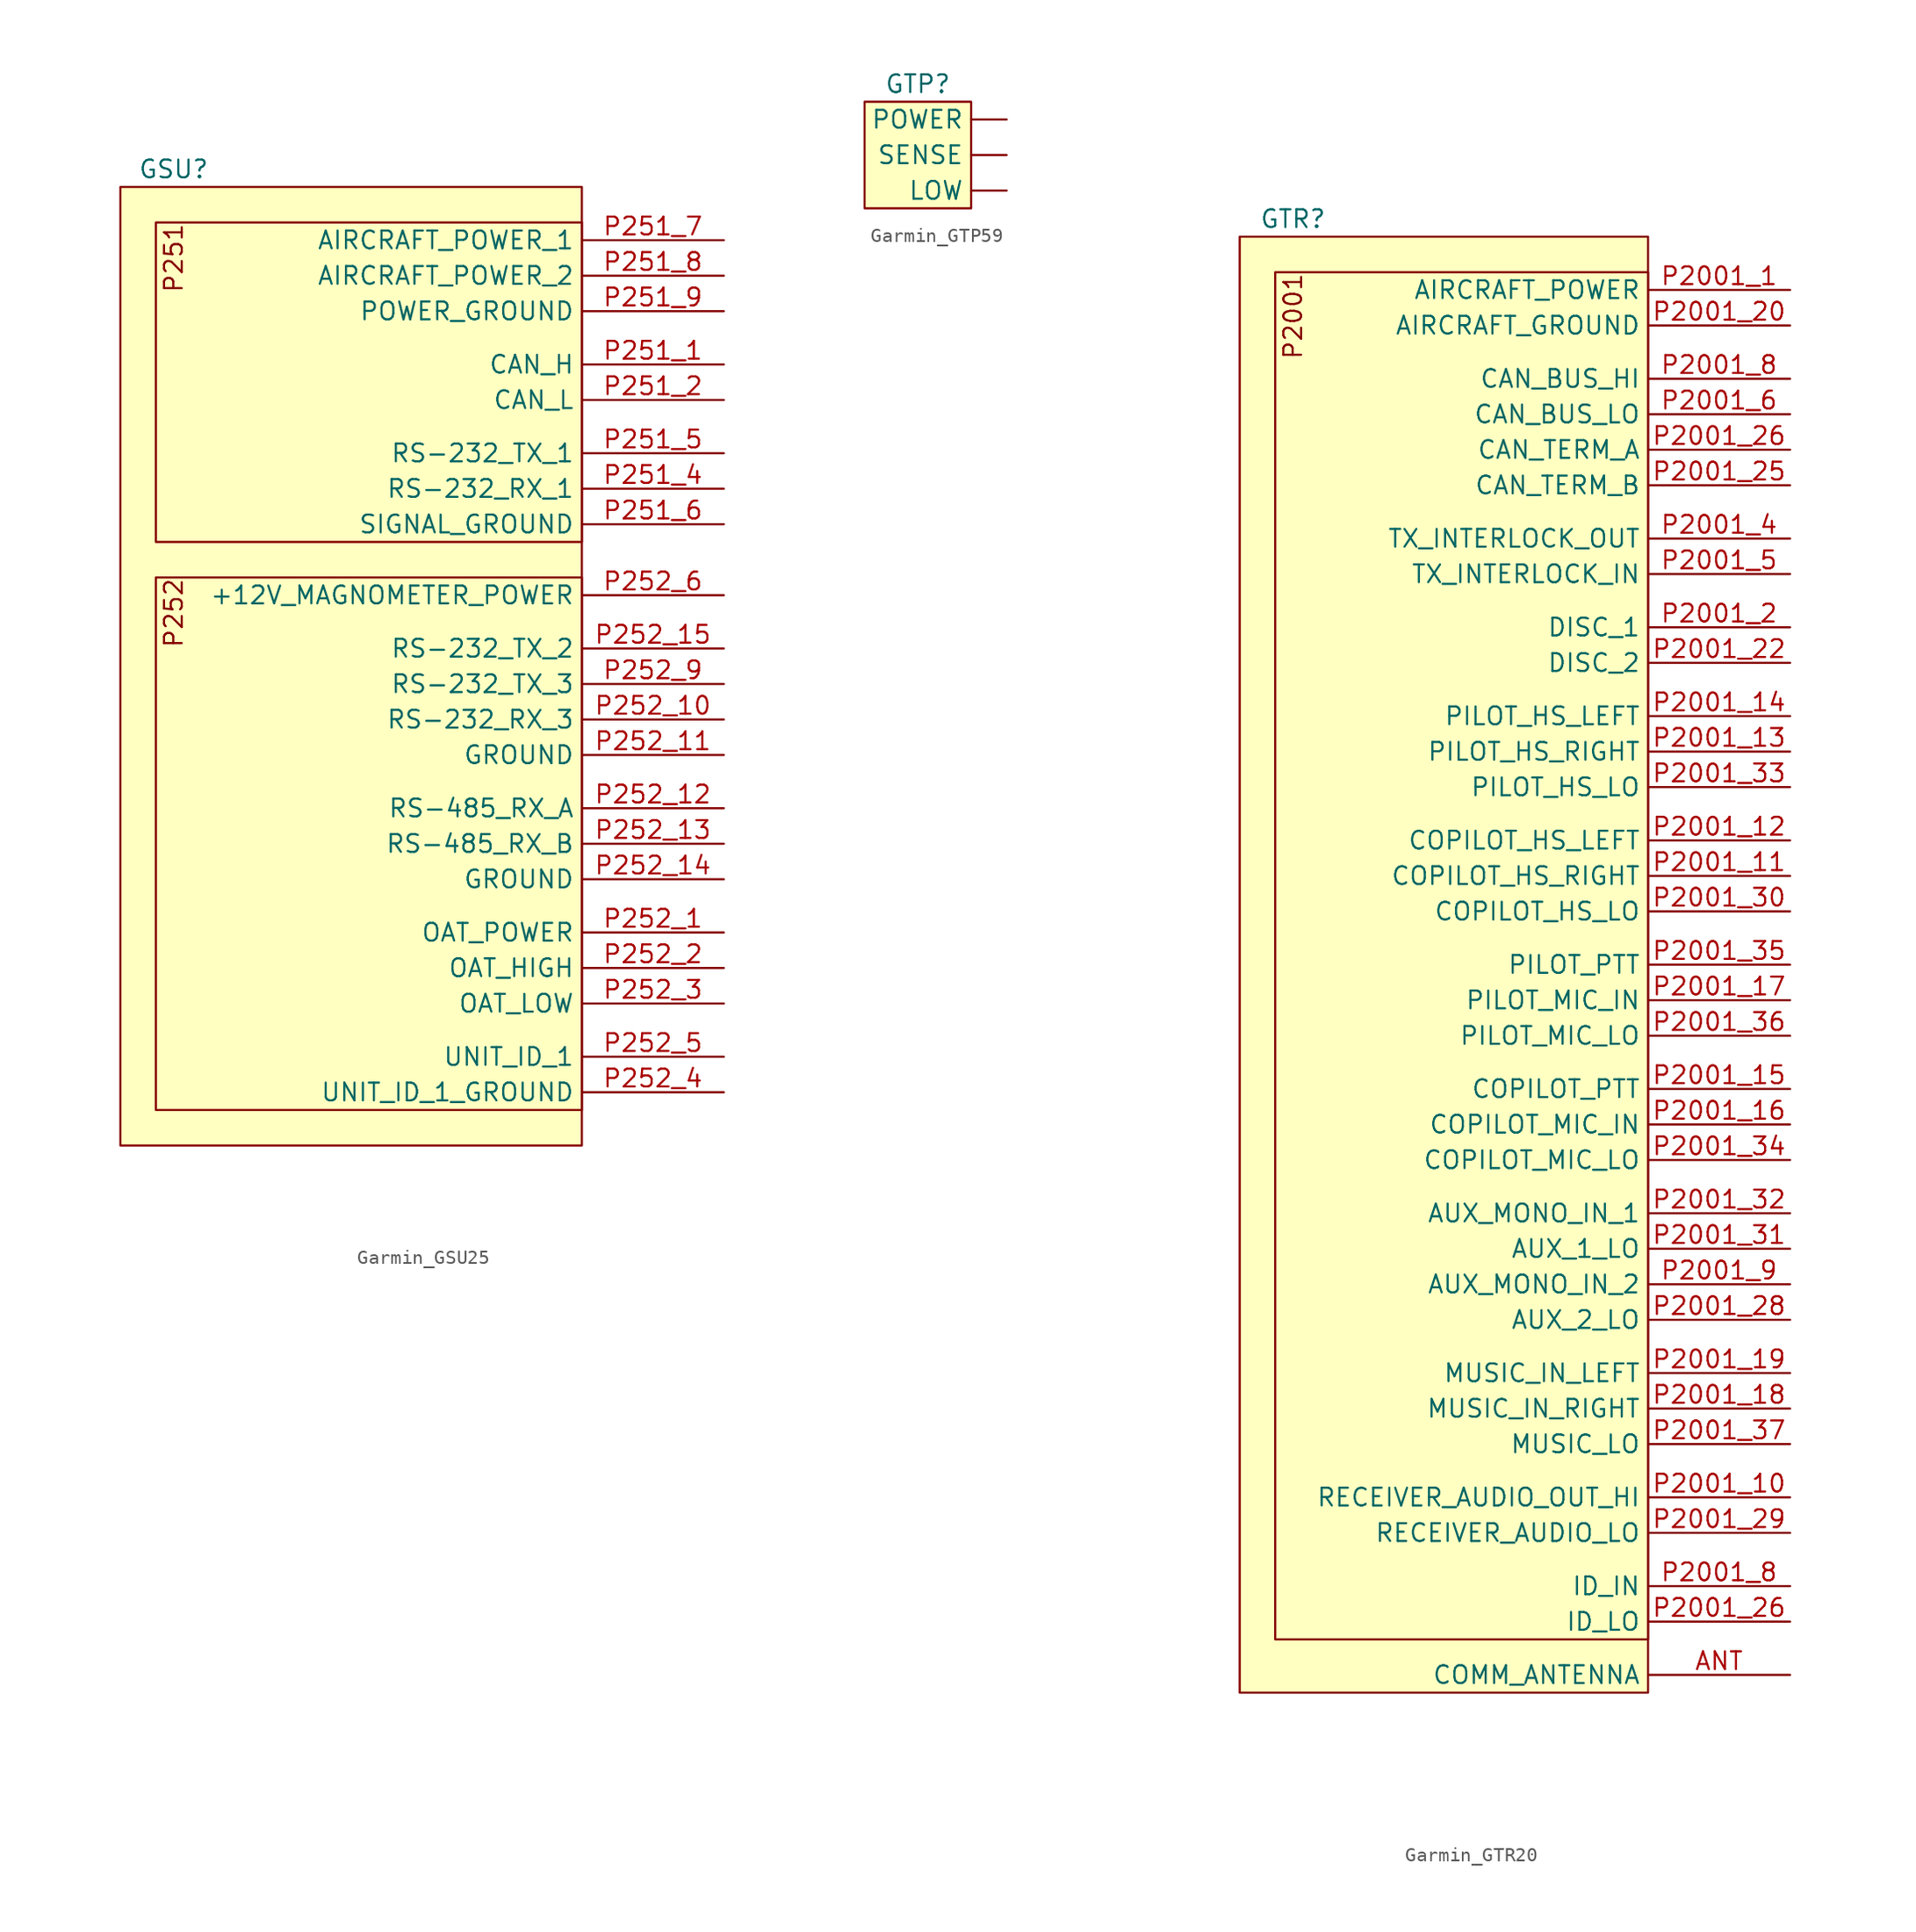
<source format=kicad_sym>
(kicad_symbol_lib
  (version 20220914)
  (generator kicad_symbol_editor)
  (symbol "Garmin_GSU25"
    (property "Reference" "GSU"
      (at 3.81 1.27 0)
      (effects (font (size 1.27 1.27))))
    (property "Value" ""
      (at 0 0 0)
      (effects (font (size 1.27 1.27))))
    (symbol "Garmin_GSU25_1_1"
      (rectangle (start 0 0) (end 33.02 -68.58) (stroke (width 0) (type default)) (fill (type background)))
      (rectangle (start 2.54 -27.94) (end 33.02 -66.04) (stroke (width 0) (type default)) (fill (type background)))
      (rectangle (start 2.54 -2.54) (end 33.02 -25.4) (stroke (width 0) (type default)) (fill (type background)))
      (text "P251" (at 3.81 -2.54 900) (effects (font (size 1.27 1.27)) (justify right)))
      (text "P252" (at 3.81 -27.94 900) (effects (font (size 1.27 1.27)) (justify right)))
      (pin bidirectional line (at 43.18 -12.7 180) (length 10.16) (name "CAN_H" (effects (font (size 1.27 1.27)))) (number "P251_1" (effects (font (size 1.27 1.27)))))
      (pin bidirectional line (at 43.18 -15.24 180) (length 10.16) (name "CAN_L" (effects (font (size 1.27 1.27)))) (number "P251_2" (effects (font (size 1.27 1.27)))))
      (pin input line (at 43.18 -21.59 180) (length 10.16) (name "RS-232_RX_1" (effects (font (size 1.27 1.27)))) (number "P251_4" (effects (font (size 1.27 1.27)))))
      (pin output line (at 43.18 -19.05 180) (length 10.16) (name "RS-232_TX_1" (effects (font (size 1.27 1.27)))) (number "P251_5" (effects (font (size 1.27 1.27)))))
      (pin bidirectional line (at 43.18 -24.13 180) (length 10.16) (name "SIGNAL_GROUND" (effects (font (size 1.27 1.27)))) (number "P251_6" (effects (font (size 1.27 1.27)))))
      (pin power_in line (at 43.18 -3.81 180) (length 10.16) (name "AIRCRAFT_POWER_1" (effects (font (size 1.27 1.27)))) (number "P251_7" (effects (font (size 1.27 1.27)))))
      (pin power_in line (at 43.18 -6.35 180) (length 10.16) (name "AIRCRAFT_POWER_2" (effects (font (size 1.27 1.27)))) (number "P251_8" (effects (font (size 1.27 1.27)))))
      (pin bidirectional line (at 43.18 -8.89 180) (length 10.16) (name "POWER_GROUND" (effects (font (size 1.27 1.27)))) (number "P251_9" (effects (font (size 1.27 1.27)))))
      (pin power_out line (at 43.18 -53.34 180) (length 10.16) (name "OAT_POWER" (effects (font (size 1.27 1.27)))) (number "P252_1" (effects (font (size 1.27 1.27)))))
      (pin input line (at 43.18 -38.1 180) (length 10.16) (name "RS-232_RX_3" (effects (font (size 1.27 1.27)))) (number "P252_10" (effects (font (size 1.27 1.27)))))
      (pin bidirectional line (at 43.18 -40.64 180) (length 10.16) (name "GROUND" (effects (font (size 1.27 1.27)))) (number "P252_11" (effects (font (size 1.27 1.27)))))
      (pin input line (at 43.18 -44.45 180) (length 10.16) (name "RS-485_RX_A" (effects (font (size 1.27 1.27)))) (number "P252_12" (effects (font (size 1.27 1.27)))))
      (pin input line (at 43.18 -46.99 180) (length 10.16) (name "RS-485_RX_B" (effects (font (size 1.27 1.27)))) (number "P252_13" (effects (font (size 1.27 1.27)))))
      (pin bidirectional line (at 43.18 -49.53 180) (length 10.16) (name "GROUND" (effects (font (size 1.27 1.27)))) (number "P252_14" (effects (font (size 1.27 1.27)))))
      (pin output line (at 43.18 -33.02 180) (length 10.16) (name "RS-232_TX_2" (effects (font (size 1.27 1.27)))) (number "P252_15" (effects (font (size 1.27 1.27)))))
      (pin input line (at 43.18 -55.88 180) (length 10.16) (name "OAT_HIGH" (effects (font (size 1.27 1.27)))) (number "P252_2" (effects (font (size 1.27 1.27)))))
      (pin bidirectional line (at 43.18 -58.42 180) (length 10.16) (name "OAT_LOW" (effects (font (size 1.27 1.27)))) (number "P252_3" (effects (font (size 1.27 1.27)))))
      (pin bidirectional line (at 43.18 -64.77 180) (length 10.16) (name "UNIT_ID_1_GROUND" (effects (font (size 1.27 1.27)))) (number "P252_4" (effects (font (size 1.27 1.27)))))
      (pin bidirectional line (at 43.18 -62.23 180) (length 10.16) (name "UNIT_ID_1" (effects (font (size 1.27 1.27)))) (number "P252_5" (effects (font (size 1.27 1.27)))))
      (pin power_out line (at 43.18 -29.21 180) (length 10.16) (name "+12V_MAGNOMETER_POWER" (effects (font (size 1.27 1.27)))) (number "P252_6" (effects (font (size 1.27 1.27)))))
      (pin output line (at 43.18 -35.56 180) (length 10.16) (name "RS-232_TX_3" (effects (font (size 1.27 1.27)))) (number "P252_9" (effects (font (size 1.27 1.27)))))))
  (symbol "Garmin_GTP59"
    (property "Reference" "GTP"
      (at 3.81 1.27 0)
      (effects (font (size 1.27 1.27))))
    (property "Value" ""
      (at 0 0 0)
      (effects (font (size 1.27 1.27))))
    (symbol "Garmin_GTP59_1_1"
      (rectangle (start 0 0) (end 7.62 -7.62) (stroke (width 0) (type default)) (fill (type background)))
      (pin passive line (at 10.16 -6.35 180) (length 2.54) (name "LOW" (effects (font (size 1.27 1.27)))) (number "" (effects (font (size 1.27 1.27)))))
      (pin power_in line (at 10.16 -1.27 180) (length 2.54) (name "POWER" (effects (font (size 1.27 1.27)))) (number "" (effects (font (size 1.27 1.27)))))
      (pin output line (at 10.16 -3.81 180) (length 2.54) (name "SENSE" (effects (font (size 1.27 1.27)))) (number "" (effects (font (size 1.27 1.27)))))))
  (symbol "Garmin_GTR20"
    (property "Reference" "GTR"
      (at 3.81 1.27 0)
      (effects (font (size 1.27 1.27))))
    (property "Value" ""
      (at -6.35 0 0)
      (effects (font (size 1.27 1.27))))
    (symbol "Garmin_GTR20_1_1"
      (rectangle (start 0 0) (end 29.21 -104.14) (stroke (width 0) (type default)) (fill (type background)))
      (rectangle (start 2.54 -2.54) (end 29.21 -100.33) (stroke (width 0) (type default)) (fill (type background)))
      (text "P2001" (at 3.81 -2.54 900) (effects (font (size 1.27 1.27)) (justify right)))
      (pin input line (at 39.37 -102.87 180) (length 10.16) (name "COMM_ANTENNA" (effects (font (size 1.27 1.27)))) (number "ANT" (effects (font (size 1.27 1.27)))))
      (pin power_in line (at 39.37 -3.81 180) (length 10.16) (name "AIRCRAFT_POWER" (effects (font (size 1.27 1.27)))) (number "P2001_1" (effects (font (size 1.27 1.27)))))
      (pin output line (at 39.37 -90.17 180) (length 10.16) (name "RECEIVER_AUDIO_OUT_HI" (effects (font (size 1.27 1.27)))) (number "P2001_10" (effects (font (size 1.27 1.27)))))
      (pin output line (at 39.37 -45.72 180) (length 10.16) (name "COPILOT_HS_RIGHT" (effects (font (size 1.27 1.27)))) (number "P2001_11" (effects (font (size 1.27 1.27)))))
      (pin output line (at 39.37 -43.18 180) (length 10.16) (name "COPILOT_HS_LEFT" (effects (font (size 1.27 1.27)))) (number "P2001_12" (effects (font (size 1.27 1.27)))))
      (pin output line (at 39.37 -36.83 180) (length 10.16) (name "PILOT_HS_RIGHT" (effects (font (size 1.27 1.27)))) (number "P2001_13" (effects (font (size 1.27 1.27)))))
      (pin output line (at 39.37 -34.29 180) (length 10.16) (name "PILOT_HS_LEFT" (effects (font (size 1.27 1.27)))) (number "P2001_14" (effects (font (size 1.27 1.27)))))
      (pin input line (at 39.37 -60.96 180) (length 10.16) (name "COPILOT_PTT" (effects (font (size 1.27 1.27)))) (number "P2001_15" (effects (font (size 1.27 1.27)))))
      (pin input line (at 39.37 -63.5 180) (length 10.16) (name "COPILOT_MIC_IN" (effects (font (size 1.27 1.27)))) (number "P2001_16" (effects (font (size 1.27 1.27)))))
      (pin input line (at 39.37 -54.61 180) (length 10.16) (name "PILOT_MIC_IN" (effects (font (size 1.27 1.27)))) (number "P2001_17" (effects (font (size 1.27 1.27)))))
      (pin input line (at 39.37 -83.82 180) (length 10.16) (name "MUSIC_IN_RIGHT" (effects (font (size 1.27 1.27)))) (number "P2001_18" (effects (font (size 1.27 1.27)))))
      (pin input line (at 39.37 -81.28 180) (length 10.16) (name "MUSIC_IN_LEFT" (effects (font (size 1.27 1.27)))) (number "P2001_19" (effects (font (size 1.27 1.27)))))
      (pin input line (at 39.37 -27.94 180) (length 10.16) (name "DISC_1" (effects (font (size 1.27 1.27)))) (number "P2001_2" (effects (font (size 1.27 1.27)))))
      (pin bidirectional line (at 39.37 -6.35 180) (length 10.16) (name "AIRCRAFT_GROUND" (effects (font (size 1.27 1.27)))) (number "P2001_20" (effects (font (size 1.27 1.27)))))
      (pin input line (at 39.37 -30.48 180) (length 10.16) (name "DISC_2" (effects (font (size 1.27 1.27)))) (number "P2001_22" (effects (font (size 1.27 1.27)))))
      (pin bidirectional line (at 39.37 -17.78 180) (length 10.16) (name "CAN_TERM_B" (effects (font (size 1.27 1.27)))) (number "P2001_25" (effects (font (size 1.27 1.27)))))
      (pin bidirectional line (at 39.37 -15.24 180) (length 10.16) (name "CAN_TERM_A" (effects (font (size 1.27 1.27)))) (number "P2001_26" (effects (font (size 1.27 1.27)))))
      (pin bidirectional line (at 39.37 -99.06 180) (length 10.16) (name "ID_LO" (effects (font (size 1.27 1.27)))) (number "P2001_26" (effects (font (size 1.27 1.27)))))
      (pin bidirectional line (at 39.37 -77.47 180) (length 10.16) (name "AUX_2_LO" (effects (font (size 1.27 1.27)))) (number "P2001_28" (effects (font (size 1.27 1.27)))))
      (pin bidirectional line (at 39.37 -92.71 180) (length 10.16) (name "RECEIVER_AUDIO_LO" (effects (font (size 1.27 1.27)))) (number "P2001_29" (effects (font (size 1.27 1.27)))))
      (pin bidirectional line (at 39.37 -48.26 180) (length 10.16) (name "COPILOT_HS_LO" (effects (font (size 1.27 1.27)))) (number "P2001_30" (effects (font (size 1.27 1.27)))))
      (pin bidirectional line (at 39.37 -72.39 180) (length 10.16) (name "AUX_1_LO" (effects (font (size 1.27 1.27)))) (number "P2001_31" (effects (font (size 1.27 1.27)))))
      (pin input line (at 39.37 -69.85 180) (length 10.16) (name "AUX_MONO_IN_1" (effects (font (size 1.27 1.27)))) (number "P2001_32" (effects (font (size 1.27 1.27)))))
      (pin bidirectional line (at 39.37 -39.37 180) (length 10.16) (name "PILOT_HS_LO" (effects (font (size 1.27 1.27)))) (number "P2001_33" (effects (font (size 1.27 1.27)))))
      (pin bidirectional line (at 39.37 -66.04 180) (length 10.16) (name "COPILOT_MIC_LO" (effects (font (size 1.27 1.27)))) (number "P2001_34" (effects (font (size 1.27 1.27)))))
      (pin input line (at 39.37 -52.07 180) (length 10.16) (name "PILOT_PTT" (effects (font (size 1.27 1.27)))) (number "P2001_35" (effects (font (size 1.27 1.27)))))
      (pin bidirectional line (at 39.37 -57.15 180) (length 10.16) (name "PILOT_MIC_LO" (effects (font (size 1.27 1.27)))) (number "P2001_36" (effects (font (size 1.27 1.27)))))
      (pin bidirectional line (at 39.37 -86.36 180) (length 10.16) (name "MUSIC_LO" (effects (font (size 1.27 1.27)))) (number "P2001_37" (effects (font (size 1.27 1.27)))))
      (pin output line (at 39.37 -21.59 180) (length 10.16) (name "TX_INTERLOCK_OUT" (effects (font (size 1.27 1.27)))) (number "P2001_4" (effects (font (size 1.27 1.27)))))
      (pin input line (at 39.37 -24.13 180) (length 10.16) (name "TX_INTERLOCK_IN" (effects (font (size 1.27 1.27)))) (number "P2001_5" (effects (font (size 1.27 1.27)))))
      (pin bidirectional line (at 39.37 -12.7 180) (length 10.16) (name "CAN_BUS_LO" (effects (font (size 1.27 1.27)))) (number "P2001_6" (effects (font (size 1.27 1.27)))))
      (pin bidirectional line (at 39.37 -10.16 180) (length 10.16) (name "CAN_BUS_HI" (effects (font (size 1.27 1.27)))) (number "P2001_8" (effects (font (size 1.27 1.27)))))
      (pin bidirectional line (at 39.37 -96.52 180) (length 10.16) (name "ID_IN" (effects (font (size 1.27 1.27)))) (number "P2001_8" (effects (font (size 1.27 1.27)))))
      (pin input line (at 39.37 -74.93 180) (length 10.16) (name "AUX_MONO_IN_2" (effects (font (size 1.27 1.27)))) (number "P2001_9" (effects (font (size 1.27 1.27))))))))
</source>
